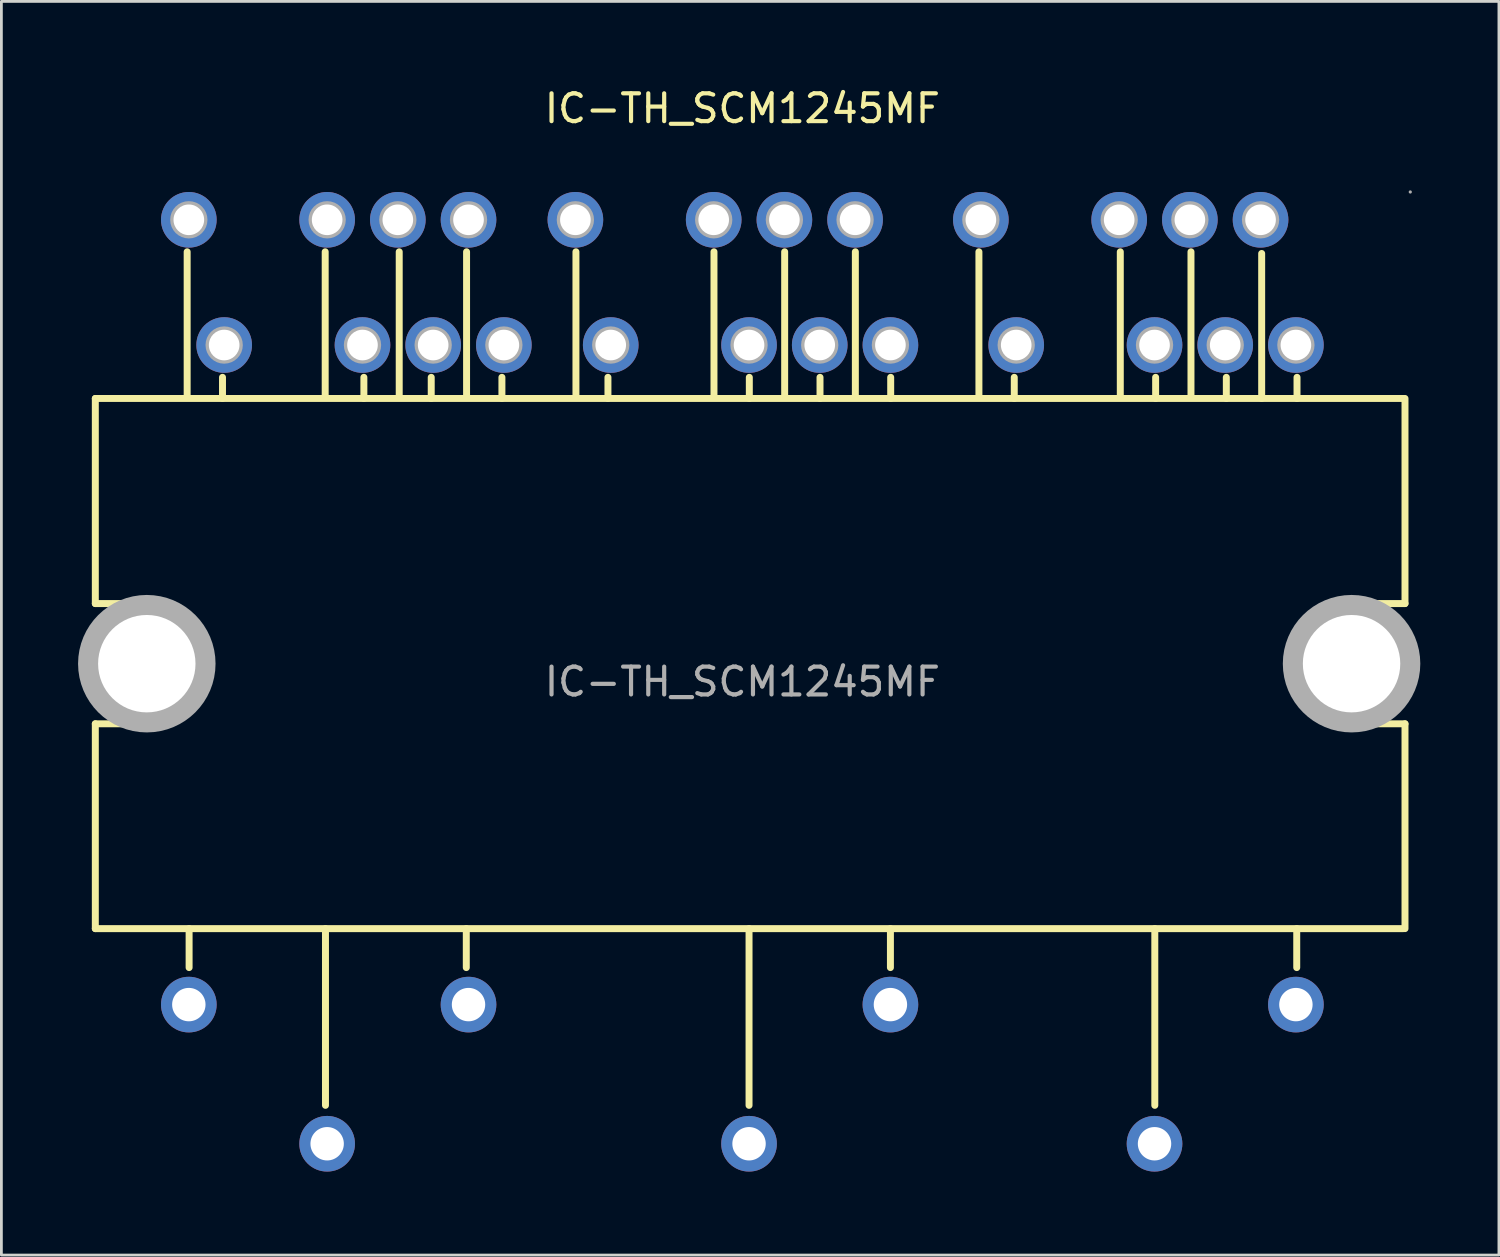
<source format=kicad_pcb>
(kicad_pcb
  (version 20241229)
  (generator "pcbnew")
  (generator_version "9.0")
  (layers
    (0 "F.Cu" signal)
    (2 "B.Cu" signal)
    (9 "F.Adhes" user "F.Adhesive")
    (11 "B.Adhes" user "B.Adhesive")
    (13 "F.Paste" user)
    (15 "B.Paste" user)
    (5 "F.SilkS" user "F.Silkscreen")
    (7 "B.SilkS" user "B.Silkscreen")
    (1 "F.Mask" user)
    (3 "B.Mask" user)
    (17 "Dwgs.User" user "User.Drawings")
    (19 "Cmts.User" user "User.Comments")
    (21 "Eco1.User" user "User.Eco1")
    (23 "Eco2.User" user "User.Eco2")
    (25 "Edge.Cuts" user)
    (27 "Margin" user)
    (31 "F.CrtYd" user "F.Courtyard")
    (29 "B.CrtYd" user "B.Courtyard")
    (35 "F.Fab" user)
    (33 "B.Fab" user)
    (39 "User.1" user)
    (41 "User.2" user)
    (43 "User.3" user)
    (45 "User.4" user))
  (footprint "IC-TH_SCM1245MF"
    (layer "F.Cu")
    (at 23.625 21.448)
    (property "Reference" "IC-TH_SCM1245MF" (at 0 -20.6 0) (layer "F.SilkS") (effects (font (size 1 1) (thickness 0.15))))
    (attr through_hole)
    (fp_line (start -23.25 -10.18) (end -23.25 -2.81) (stroke (width 0.25) (type solid)) (layer "F.SilkS"))
    (fp_line (start -23.25 -10.18) (end 23.75 -10.18) (stroke (width 0.25) (type solid)) (layer "F.SilkS"))
    (fp_line (start -23.25 1.51) (end -23.25 8.87) (stroke (width 0.25) (type solid)) (layer "F.SilkS"))
    (fp_line (start -23.25 8.87) (end 23.75 8.87) (stroke (width 0.25) (type solid)) (layer "F.SilkS"))
    (fp_line (start -21.34 -2.81) (end -23.25 -2.81) (stroke (width 0.25) (type solid)) (layer "F.SilkS"))
    (fp_line (start -21.34 1.51) (end -23.25 1.51) (stroke (width 0.25) (type solid)) (layer "F.SilkS"))
    (fp_line (start -19.95 -15.45) (end -19.95 -10.24) (stroke (width 0.25) (type solid)) (layer "F.SilkS"))
    (fp_line (start -19.88 8.87) (end -19.88 10.27) (stroke (width 0.25) (type solid)) (layer "F.SilkS"))
    (fp_line (start -18.68 -10.94) (end -18.68 -10.18) (stroke (width 0.25) (type solid)) (layer "F.SilkS"))
    (fp_line (start -14.99 -15.45) (end -14.99 -10.24) (stroke (width 0.25) (type solid)) (layer "F.SilkS"))
    (fp_line (start -14.98 8.87) (end -14.98 15.22) (stroke (width 0.25) (type solid)) (layer "F.SilkS"))
    (fp_line (start -13.6 -10.94) (end -13.6 -10.18) (stroke (width 0.25) (type solid)) (layer "F.SilkS"))
    (fp_line (start -12.33 -15.45) (end -12.33 -10.24) (stroke (width 0.25) (type solid)) (layer "F.SilkS"))
    (fp_line (start -11.18 -10.94) (end -11.18 -10.18) (stroke (width 0.25) (type solid)) (layer "F.SilkS"))
    (fp_line (start -9.92 8.87) (end -9.92 10.27) (stroke (width 0.25) (type solid)) (layer "F.SilkS"))
    (fp_line (start -9.91 -15.45) (end -9.91 -10.24) (stroke (width 0.25) (type solid)) (layer "F.SilkS"))
    (fp_line (start -8.64 -10.94) (end -8.64 -10.18) (stroke (width 0.25) (type solid)) (layer "F.SilkS"))
    (fp_line (start -5.98 -15.45) (end -5.98 -10.24) (stroke (width 0.25) (type solid)) (layer "F.SilkS"))
    (fp_line (start -4.83 -10.94) (end -4.83 -10.18) (stroke (width 0.25) (type solid)) (layer "F.SilkS"))
    (fp_line (start -1.02 -15.45) (end -1.02 -10.24) (stroke (width 0.25) (type solid)) (layer "F.SilkS"))
    (fp_line (start 0.24 8.87) (end 0.24 15.22) (stroke (width 0.25) (type solid)) (layer "F.SilkS"))
    (fp_line (start 0.25 -10.94) (end 0.25 -10.18) (stroke (width 0.25) (type solid)) (layer "F.SilkS"))
    (fp_line (start 1.52 -15.45) (end 1.52 -10.24) (stroke (width 0.25) (type solid)) (layer "F.SilkS"))
    (fp_line (start 2.79 -10.94) (end 2.79 -10.18) (stroke (width 0.25) (type solid)) (layer "F.SilkS"))
    (fp_line (start 4.06 -15.45) (end 4.06 -10.24) (stroke (width 0.25) (type solid)) (layer "F.SilkS"))
    (fp_line (start 5.32 8.87) (end 5.32 10.27) (stroke (width 0.25) (type solid)) (layer "F.SilkS"))
    (fp_line (start 5.33 -10.94) (end 5.33 -10.18) (stroke (width 0.25) (type solid)) (layer "F.SilkS"))
    (fp_line (start 8.5 -15.45) (end 8.5 -10.24) (stroke (width 0.25) (type solid)) (layer "F.SilkS"))
    (fp_line (start 9.77 -10.94) (end 9.77 -10.18) (stroke (width 0.25) (type solid)) (layer "F.SilkS"))
    (fp_line (start 13.58 -15.45) (end 13.58 -10.24) (stroke (width 0.25) (type solid)) (layer "F.SilkS"))
    (fp_line (start 14.82 8.87) (end 14.82 15.22) (stroke (width 0.25) (type solid)) (layer "F.SilkS"))
    (fp_line (start 14.85 -10.94) (end 14.85 -10.18) (stroke (width 0.25) (type solid)) (layer "F.SilkS"))
    (fp_line (start 16.12 -15.45) (end 16.12 -10.24) (stroke (width 0.25) (type solid)) (layer "F.SilkS"))
    (fp_line (start 17.39 -10.94) (end 17.39 -10.18) (stroke (width 0.25) (type solid)) (layer "F.SilkS"))
    (fp_line (start 18.66 -15.39) (end 18.66 -10.18) (stroke (width 0.25) (type solid)) (layer "F.SilkS"))
    (fp_line (start 19.92 8.87) (end 19.92 10.27) (stroke (width 0.25) (type solid)) (layer "F.SilkS"))
    (fp_line (start 19.93 -10.94) (end 19.93 -10.18) (stroke (width 0.25) (type solid)) (layer "F.SilkS"))
    (fp_line (start 21.9 -2.81) (end 23.81 -2.81) (stroke (width 0.25) (type solid)) (layer "F.SilkS"))
    (fp_line (start 21.9 1.51) (end 23.81 1.51) (stroke (width 0.25) (type solid)) (layer "F.SilkS"))
    (fp_line (start 23.81 -10.18) (end 23.81 -2.81) (stroke (width 0.25) (type solid)) (layer "F.SilkS"))
    (fp_line (start 23.81 1.51) (end 23.81 8.87) (stroke (width 0.25) (type solid)) (layer "F.SilkS"))
    (fp_arc (start -21.302303 -2.809671) (mid -21.358849 1.509918) (end -21.34 -2.81) (stroke (width 0.25) (type solid)) (layer "F.SilkS"))
    (fp_arc (start 21.937697 -2.809671) (mid 21.881151 1.509918) (end 21.9 -2.81) (stroke (width 0.25) (type solid)) (layer "F.SilkS"))
    (fp_circle (center -21.4 -0.65) (end -20.58 -0.65) (stroke (width 1.65) (type solid)) (fill no) (layer "F.Fab"))
    (fp_circle (center -19.89 -16.6) (end -19.67 -16.6) (stroke (width 0.45) (type solid)) (fill no) (layer "F.Fab"))
    (fp_circle (center -19.89 11.6) (end -19.64 11.6) (stroke (width 0.5) (type solid)) (fill no) (layer "F.Fab"))
    (fp_circle (center -18.62 -12.1) (end -18.4 -12.1) (stroke (width 0.45) (type solid)) (fill no) (layer "F.Fab"))
    (fp_circle (center -14.92 -16.6) (end -14.7 -16.6) (stroke (width 0.45) (type solid)) (fill no) (layer "F.Fab"))
    (fp_circle (center -14.92 16.6) (end -14.67 16.6) (stroke (width 0.5) (type solid)) (fill no) (layer "F.Fab"))
    (fp_circle (center -13.65 -12.1) (end -13.43 -12.1) (stroke (width 0.45) (type solid)) (fill no) (layer "F.Fab"))
    (fp_circle (center -12.38 -16.6) (end -12.16 -16.6) (stroke (width 0.45) (type solid)) (fill no) (layer "F.Fab"))
    (fp_circle (center -11.11 -12.1) (end -10.89 -12.1) (stroke (width 0.45) (type solid)) (fill no) (layer "F.Fab"))
    (fp_circle (center -9.84 -16.6) (end -9.62 -16.6) (stroke (width 0.45) (type solid)) (fill no) (layer "F.Fab"))
    (fp_circle (center -9.84 11.6) (end -9.59 11.6) (stroke (width 0.5) (type solid)) (fill no) (layer "F.Fab"))
    (fp_circle (center -8.57 -12.1) (end -8.35 -12.1) (stroke (width 0.45) (type solid)) (fill no) (layer "F.Fab"))
    (fp_circle (center -6 -16.6) (end -5.78 -16.6) (stroke (width 0.45) (type solid)) (fill no) (layer "F.Fab"))
    (fp_circle (center -4.73 -12.1) (end -4.51 -12.1) (stroke (width 0.45) (type solid)) (fill no) (layer "F.Fab"))
    (fp_circle (center -1.03 -16.6) (end -0.81 -16.6) (stroke (width 0.45) (type solid)) (fill no) (layer "F.Fab"))
    (fp_circle (center 0.24 -12.1) (end 0.46 -12.1) (stroke (width 0.45) (type solid)) (fill no) (layer "F.Fab"))
    (fp_circle (center 0.24 16.6) (end 0.49 16.6) (stroke (width 0.5) (type solid)) (fill no) (layer "F.Fab"))
    (fp_circle (center 1.51 -16.6) (end 1.73 -16.6) (stroke (width 0.45) (type solid)) (fill no) (layer "F.Fab"))
    (fp_circle (center 2.78 -12.1) (end 3 -12.1) (stroke (width 0.45) (type solid)) (fill no) (layer "F.Fab"))
    (fp_circle (center 4.05 -16.6) (end 4.27 -16.6) (stroke (width 0.45) (type solid)) (fill no) (layer "F.Fab"))
    (fp_circle (center 5.32 -12.1) (end 5.54 -12.1) (stroke (width 0.45) (type solid)) (fill no) (layer "F.Fab"))
    (fp_circle (center 5.32 11.6) (end 5.57 11.6) (stroke (width 0.5) (type solid)) (fill no) (layer "F.Fab"))
    (fp_circle (center 8.57 -16.6) (end 8.79 -16.6) (stroke (width 0.45) (type solid)) (fill no) (layer "F.Fab"))
    (fp_circle (center 9.84 -12.1) (end 10.06 -12.1) (stroke (width 0.45) (type solid)) (fill no) (layer "F.Fab"))
    (fp_circle (center 13.54 -16.6) (end 13.76 -16.6) (stroke (width 0.45) (type solid)) (fill no) (layer "F.Fab"))
    (fp_circle (center 14.81 -12.1) (end 15.03 -12.1) (stroke (width 0.45) (type solid)) (fill no) (layer "F.Fab"))
    (fp_circle (center 14.81 16.6) (end 15.06 16.6) (stroke (width 0.5) (type solid)) (fill no) (layer "F.Fab"))
    (fp_circle (center 16.08 -16.6) (end 16.3 -16.6) (stroke (width 0.45) (type solid)) (fill no) (layer "F.Fab"))
    (fp_circle (center 17.35 -12.1) (end 17.57 -12.1) (stroke (width 0.45) (type solid)) (fill no) (layer "F.Fab"))
    (fp_circle (center 18.62 -16.6) (end 18.84 -16.6) (stroke (width 0.45) (type solid)) (fill no) (layer "F.Fab"))
    (fp_circle (center 19.89 -12.1) (end 20.11 -12.1) (stroke (width 0.45) (type solid)) (fill no) (layer "F.Fab"))
    (fp_circle (center 19.89 11.6) (end 20.14 11.6) (stroke (width 0.5) (type solid)) (fill no) (layer "F.Fab"))
    (fp_circle (center 21.89 -0.65) (end 22.71 -0.65) (stroke (width 1.65) (type solid)) (fill no) (layer "F.Fab"))
    (fp_circle (center 24 -17.6) (end 24.03 -17.6) (stroke (width 0.06) (type solid)) (fill no) (layer "F.Fab"))
    (fp_text user "${REFERENCE}" (at 0 0 0) (layer "F.Fab") (effects (font (size 1 1) (thickness 0.15))))
    (pad "" thru_hole circle (at -21.4 -0.65) (size 3.5 3.5) (drill 3.5) (layers "*.Cu" "*.Mask"))
    (pad "" thru_hole circle (at 21.89 -0.65) (size 3.5 3.5) (drill 3.5) (layers "*.Cu" "*.Mask"))
    (pad "1" thru_hole circle (at 19.89 -12.1) (size 2 2) (drill 1.1) (layers "*.Cu" "*.Paste" "*.Mask"))
    (pad "2" thru_hole circle (at 18.62 -16.6) (size 2 2) (drill 1.1) (layers "*.Cu" "*.Paste" "*.Mask"))
    (pad "3" thru_hole circle (at 17.35 -12.1) (size 2 2) (drill 1.1) (layers "*.Cu" "*.Paste" "*.Mask"))
    (pad "4" thru_hole circle (at 16.08 -16.6) (size 2 2) (drill 1.1) (layers "*.Cu" "*.Paste" "*.Mask"))
    (pad "5" thru_hole circle (at 14.81 -12.1) (size 2 2) (drill 1.1) (layers "*.Cu" "*.Paste" "*.Mask"))
    (pad "6" thru_hole circle (at 13.54 -16.6) (size 2 2) (drill 1.1) (layers "*.Cu" "*.Paste" "*.Mask"))
    (pad "7" thru_hole circle (at 9.84 -12.1) (size 2 2) (drill 1.1) (layers "*.Cu" "*.Paste" "*.Mask"))
    (pad "8" thru_hole circle (at 8.57 -16.6) (size 2 2) (drill 1.1) (layers "*.Cu" "*.Paste" "*.Mask"))
    (pad "9" thru_hole circle (at 5.32 -12.1) (size 2 2) (drill 1.1) (layers "*.Cu" "*.Paste" "*.Mask"))
    (pad "10" thru_hole circle (at 4.05 -16.6) (size 2 2) (drill 1.1) (layers "*.Cu" "*.Paste" "*.Mask"))
    (pad "11" thru_hole circle (at 2.78 -12.1) (size 2 2) (drill 1.1) (layers "*.Cu" "*.Paste" "*.Mask"))
    (pad "12" thru_hole circle (at 1.51 -16.6) (size 2 2) (drill 1.1) (layers "*.Cu" "*.Paste" "*.Mask"))
    (pad "13" thru_hole circle (at 0.24 -12.1) (size 2 2) (drill 1.1) (layers "*.Cu" "*.Paste" "*.Mask"))
    (pad "14" thru_hole circle (at -1.03 -16.6) (size 2 2) (drill 1.1) (layers "*.Cu" "*.Paste" "*.Mask"))
    (pad "15" thru_hole circle (at -4.73 -12.1) (size 2 2) (drill 1.1) (layers "*.Cu" "*.Paste" "*.Mask"))
    (pad "16" thru_hole circle (at -6 -16.6) (size 2 2) (drill 1.1) (layers "*.Cu" "*.Paste" "*.Mask"))
    (pad "17" thru_hole circle (at -8.57 -12.1) (size 2 2) (drill 1.1) (layers "*.Cu" "*.Paste" "*.Mask"))
    (pad "18" thru_hole circle (at -9.84 -16.6) (size 2 2) (drill 1.1) (layers "*.Cu" "*.Paste" "*.Mask"))
    (pad "19" thru_hole circle (at -11.11 -12.1) (size 2 2) (drill 1.1) (layers "*.Cu" "*.Paste" "*.Mask"))
    (pad "20" thru_hole circle (at -12.38 -16.6) (size 2 2) (drill 1.1) (layers "*.Cu" "*.Paste" "*.Mask"))
    (pad "21" thru_hole circle (at -13.65 -12.1) (size 2 2) (drill 1.1) (layers "*.Cu" "*.Paste" "*.Mask"))
    (pad "22" thru_hole circle (at -14.92 -16.6) (size 2 2) (drill 1.1) (layers "*.Cu" "*.Paste" "*.Mask"))
    (pad "23" thru_hole circle (at -18.62 -12.1) (size 2 2) (drill 1.1) (layers "*.Cu" "*.Paste" "*.Mask"))
    (pad "24" thru_hole circle (at -19.89 -16.6) (size 2 2) (drill 1.1) (layers "*.Cu" "*.Paste" "*.Mask"))
    (pad "25" thru_hole circle (at -19.89 11.6) (size 2 2) (drill 1.2) (layers "*.Cu" "*.Paste" "*.Mask"))
    (pad "26" thru_hole circle (at -14.92 16.6) (size 2 2) (drill 1.2) (layers "*.Cu" "*.Paste" "*.Mask"))
    (pad "27" thru_hole circle (at -9.84 11.6) (size 2 2) (drill 1.2) (layers "*.Cu" "*.Paste" "*.Mask"))
    (pad "28" thru_hole circle (at 0.24 16.6) (size 2 2) (drill 1.2) (layers "*.Cu" "*.Paste" "*.Mask"))
    (pad "29" thru_hole circle (at 5.32 11.6) (size 2 2) (drill 1.2) (layers "*.Cu" "*.Paste" "*.Mask"))
    (pad "30" thru_hole circle (at 14.81 16.6) (size 2 2) (drill 1.2) (layers "*.Cu" "*.Paste" "*.Mask"))
    (pad "31" thru_hole circle (at 19.89 11.6) (size 2 2) (drill 1.2) (layers "*.Cu" "*.Paste" "*.Mask")))
  (gr_rect
    (start -3 -3)
    (end 50.81 42.048)
    (stroke (width 0.1) (type default))
    (fill no)
    (layer "Edge.Cuts")))
</source>
